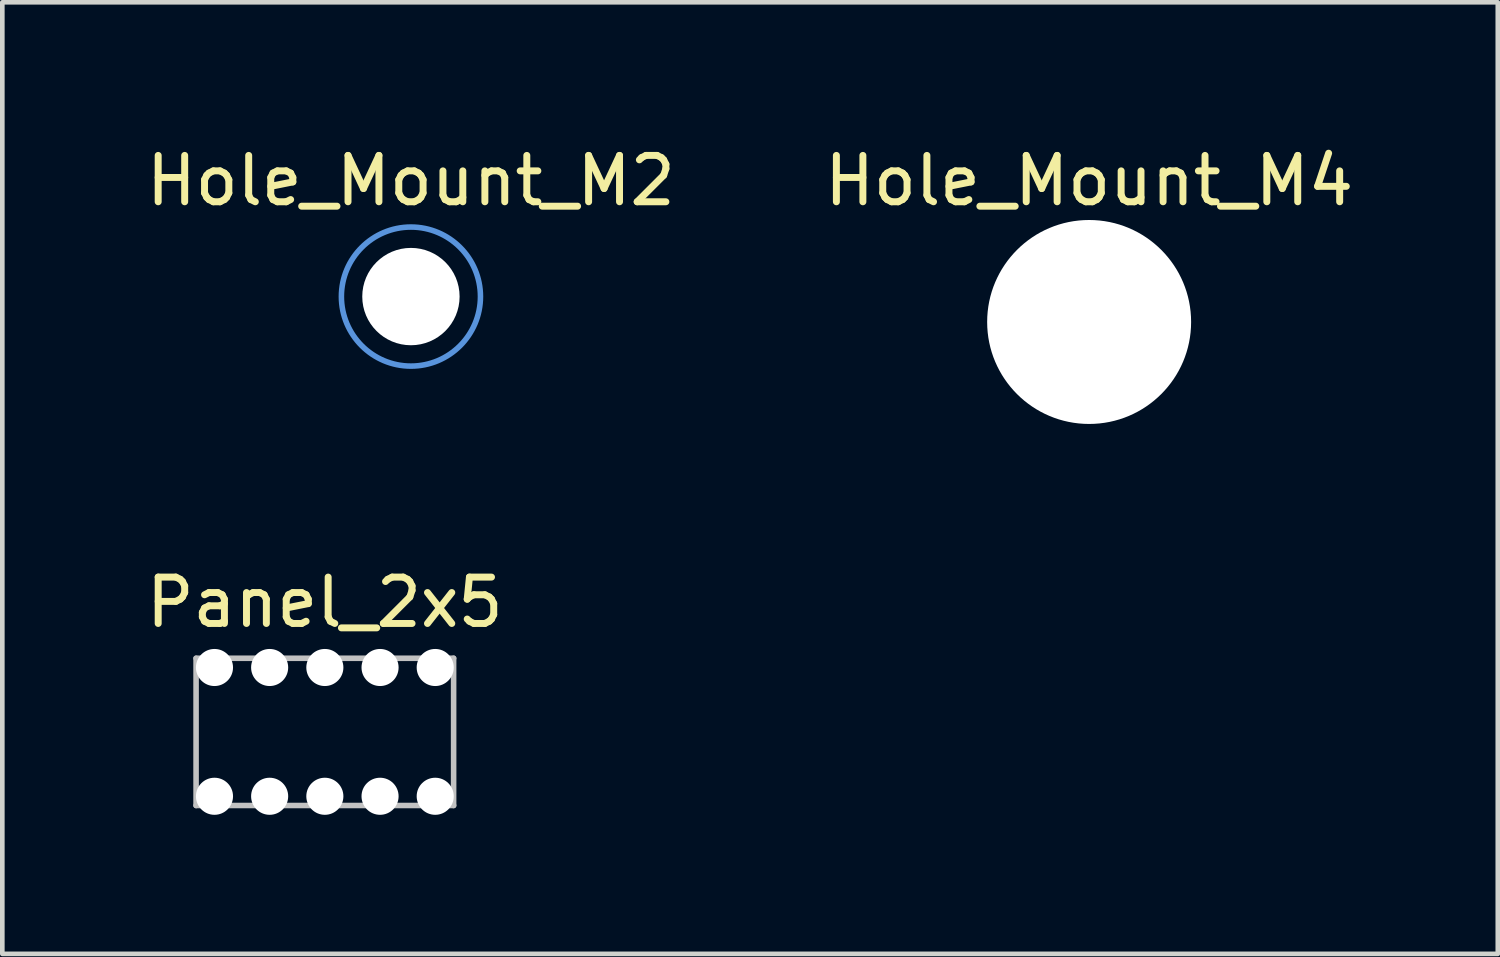
<source format=kicad_pcb>
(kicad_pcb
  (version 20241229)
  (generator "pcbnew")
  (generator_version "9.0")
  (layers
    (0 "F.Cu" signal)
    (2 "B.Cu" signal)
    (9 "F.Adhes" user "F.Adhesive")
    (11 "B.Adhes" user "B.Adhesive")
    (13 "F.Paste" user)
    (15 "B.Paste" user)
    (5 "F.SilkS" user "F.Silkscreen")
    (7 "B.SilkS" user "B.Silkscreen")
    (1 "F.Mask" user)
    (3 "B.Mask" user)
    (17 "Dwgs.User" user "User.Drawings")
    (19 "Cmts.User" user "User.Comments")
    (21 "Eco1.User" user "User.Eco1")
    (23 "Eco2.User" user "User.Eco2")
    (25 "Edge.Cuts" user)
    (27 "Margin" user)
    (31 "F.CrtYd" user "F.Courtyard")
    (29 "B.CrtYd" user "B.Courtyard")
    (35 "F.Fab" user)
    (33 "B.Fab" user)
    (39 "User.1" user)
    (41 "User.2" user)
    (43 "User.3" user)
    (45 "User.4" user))
  (footprint "Panel_2x5"
    (layer "F.Cu")
    (at 3.958 12.739)
    (property "Reference" "Panel_2x5" (at 0 -2.794 0) (layer "F.SilkS") (effects (font (size 1 1) (thickness 0.15))))
    (fp_line (start -2.778 1.588) (end -2.778 -1.588) (stroke (width 0.12) (type solid)) (layer "Dwgs.User"))
    (fp_line (start -2.778 1.588) (end 2.778 1.588) (stroke (width 0.12) (type solid)) (layer "Dwgs.User"))
    (fp_line (start 2.778 -1.588) (end -2.778 -1.588) (stroke (width 0.12) (type solid)) (layer "Dwgs.User"))
    (fp_line (start 2.778 1.588) (end 2.778 -1.588) (stroke (width 0.12) (type solid)) (layer "Dwgs.User"))
    (pad "" np_thru_hole circle (at -2.381 -1.389) (size 0.8 0.8) (drill 0.8) (layers "*.Cu" "*.Mask"))
    (pad "" np_thru_hole circle (at -2.381 1.389) (size 0.8 0.8) (drill 0.8) (layers "*.Cu" "*.Mask"))
    (pad "" np_thru_hole circle (at -1.191 -1.389) (size 0.8 0.8) (drill 0.8) (layers "*.Cu" "*.Mask"))
    (pad "" np_thru_hole circle (at -1.191 1.389) (size 0.8 0.8) (drill 0.8) (layers "*.Cu" "*.Mask"))
    (pad "" np_thru_hole circle (at 0 -1.389) (size 0.8 0.8) (drill 0.8) (layers "*.Cu" "*.Mask"))
    (pad "" np_thru_hole circle (at 0 1.389) (size 0.8 0.8) (drill 0.8) (layers "*.Cu" "*.Mask"))
    (pad "" np_thru_hole circle (at 1.191 -1.389) (size 0.8 0.8) (drill 0.8) (layers "*.Cu" "*.Mask"))
    (pad "" np_thru_hole circle (at 1.191 1.389) (size 0.8 0.8) (drill 0.8) (layers "*.Cu" "*.Mask"))
    (pad "" np_thru_hole circle (at 2.381 -1.389) (size 0.8 0.8) (drill 0.8) (layers "*.Cu" "*.Mask"))
    (pad "" np_thru_hole circle (at 2.381 1.389) (size 0.8 0.8) (drill 0.8) (layers "*.Cu" "*.Mask")))
  (footprint "Hole_Mount_M4"
    (layer "F.Cu")
    (at 20.446 3.896)
    (property "Reference" "Hole_Mount_M4" (at 0 -3.048 0) (layer "F.SilkS") (effects (font (size 1 1) (thickness 0.15))))
    (pad "" np_thru_hole circle (at 0 0) (size 4.4 4.4) (drill 4.4) (layers "*.Cu" "*.Mask")))
  (footprint "Hole_Mount_M2"
    (layer "F.Cu")
    (at 5.815 3.348)
    (property "Reference" "Hole_Mount_M2" (at 0 -2.5 0) (unlocked yes) (layer "F.SilkS") (effects (font (size 1 1) (thickness 0.15))))
    (fp_circle (center 0 0) (end 1.5 0) (stroke (width 0.12) (type solid)) (fill no) (layer "Cmts.User"))
    (pad "" np_thru_hole circle (at 0 0) (size 2.1 2.1) (drill 2.1) (layers "*.Cu" "*.Mask")))
  (gr_rect
    (start -3 -3)
    (end 29.262 17.528)
    (stroke (width 0.1) (type default))
    (fill no)
    (layer "Edge.Cuts")))
</source>
